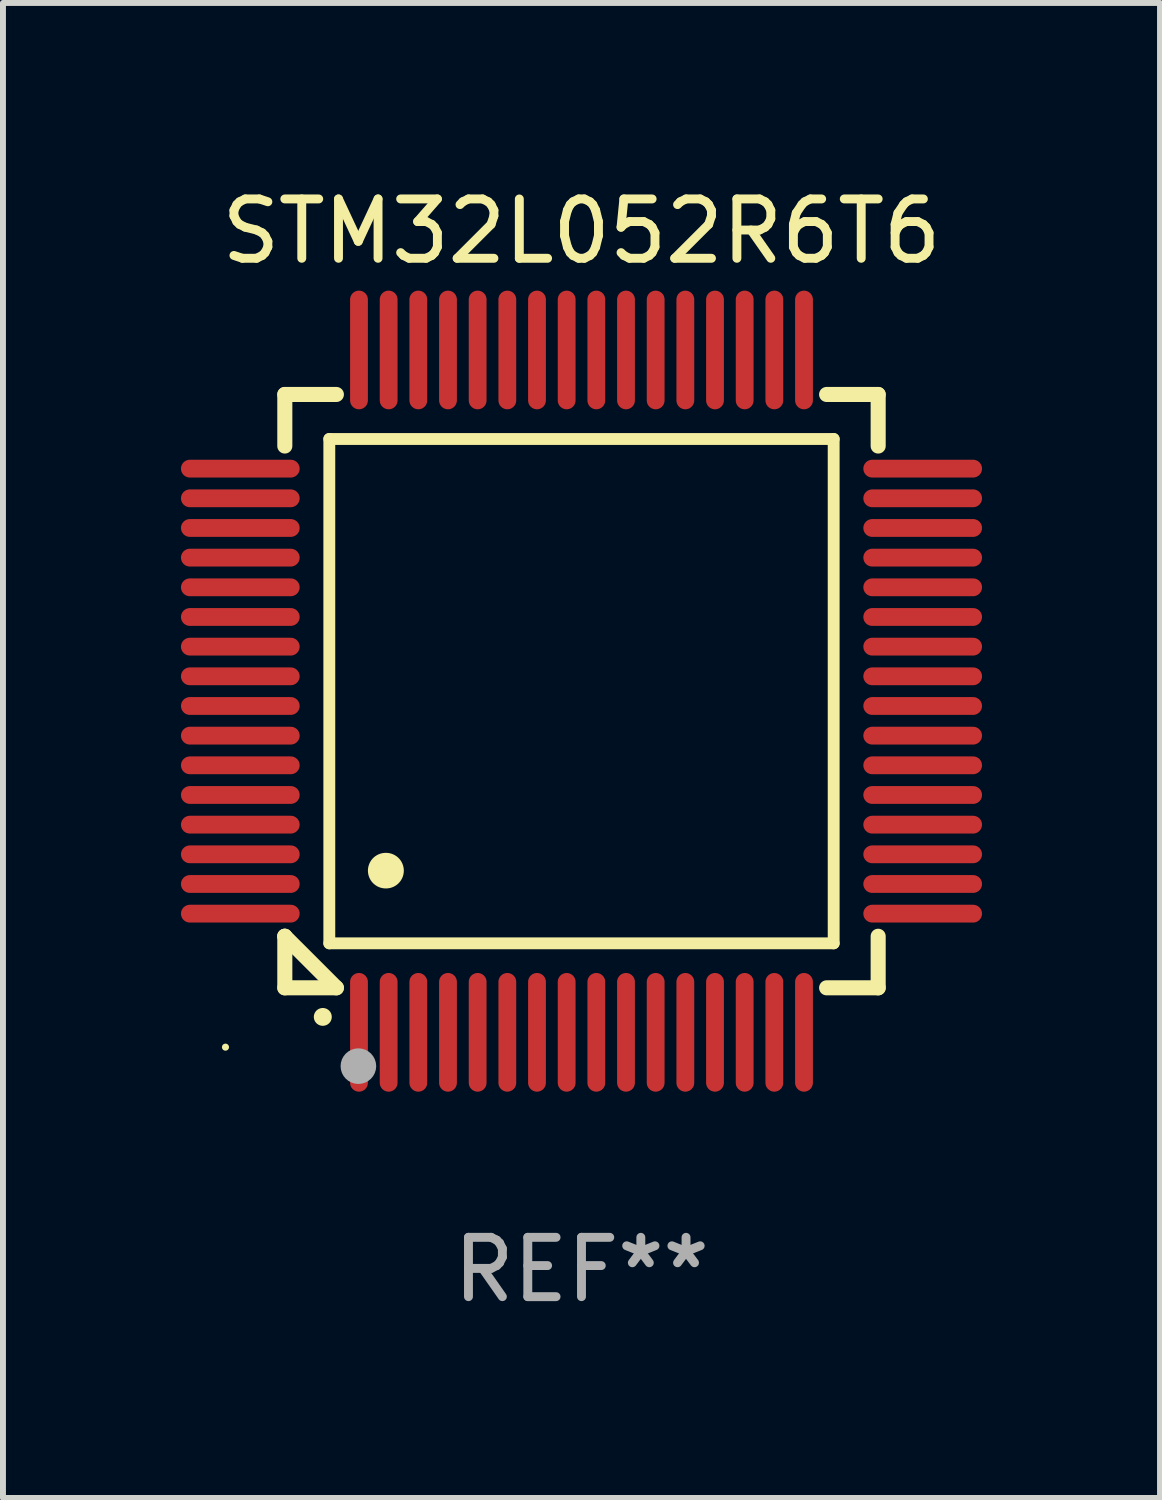
<source format=kicad_pcb>
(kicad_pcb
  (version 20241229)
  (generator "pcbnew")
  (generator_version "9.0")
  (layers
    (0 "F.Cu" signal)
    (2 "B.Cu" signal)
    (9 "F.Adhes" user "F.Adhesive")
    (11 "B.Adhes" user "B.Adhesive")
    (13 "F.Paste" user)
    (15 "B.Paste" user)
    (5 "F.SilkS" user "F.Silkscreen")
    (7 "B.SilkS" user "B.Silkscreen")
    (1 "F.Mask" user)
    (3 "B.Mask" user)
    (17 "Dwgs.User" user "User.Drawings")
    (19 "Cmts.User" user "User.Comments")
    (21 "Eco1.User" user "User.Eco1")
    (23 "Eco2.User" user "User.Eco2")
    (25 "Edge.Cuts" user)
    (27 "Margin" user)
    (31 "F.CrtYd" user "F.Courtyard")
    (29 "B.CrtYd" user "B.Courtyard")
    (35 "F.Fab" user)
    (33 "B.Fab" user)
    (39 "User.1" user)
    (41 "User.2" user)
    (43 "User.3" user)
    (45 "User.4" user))
  (footprint "STM32L052R6T6"
    (layer "F.Cu")
    (at 6.75 8.598)
    (property "Reference" "STM32L052R6T6" (at 0 -7.75 0) (layer "F.SilkS") (effects (font (size 1 1) (thickness 0.15))))
    (attr through_hole)
    (fp_line (start -5 -5) (end -4.131 -5) (stroke (width 0.254) (type solid)) (layer "F.SilkS"))
    (fp_line (start -5 -4.131) (end -5 -5) (stroke (width 0.254) (type solid)) (layer "F.SilkS"))
    (fp_line (start -5 4.131) (end -5 4.131) (stroke (width 0.254) (type solid)) (layer "F.SilkS"))
    (fp_line (start -5 5) (end -5 4.131) (stroke (width 0.254) (type solid)) (layer "F.SilkS"))
    (fp_line (start -5 4.131) (end -4.131 5) (stroke (width 0.254) (type solid)) (layer "F.SilkS"))
    (fp_line (start -4.25 -4.25) (end -4.25 4.25) (stroke (width 0.2) (type solid)) (layer "F.SilkS"))
    (fp_line (start -4.25 4.25) (end 4.25 4.25) (stroke (width 0.2) (type solid)) (layer "F.SilkS"))
    (fp_line (start -4.131 5) (end -5 5) (stroke (width 0.254) (type solid)) (layer "F.SilkS"))
    (fp_line (start 4.25 -4.25) (end -4.25 -4.25) (stroke (width 0.2) (type solid)) (layer "F.SilkS"))
    (fp_line (start 4.25 4.25) (end 4.25 -4.25) (stroke (width 0.2) (type solid)) (layer "F.SilkS"))
    (fp_line (start 5 -5) (end 4.131 -5) (stroke (width 0.254) (type solid)) (layer "F.SilkS"))
    (fp_line (start 5 -5) (end 5 -4.131) (stroke (width 0.254) (type solid)) (layer "F.SilkS"))
    (fp_line (start 5 4.131) (end 5 5) (stroke (width 0.254) (type solid)) (layer "F.SilkS"))
    (fp_line (start 5 5) (end 4.131 5) (stroke (width 0.254) (type solid)) (layer "F.SilkS"))
    (fp_arc (start -4.361265 5.489992) (mid -4.359995 5.489987) (end -4.358725 5.489992) (stroke (width 0.3) (type solid)) (layer "F.SilkS"))
    (fp_arc (start -3.299467 3.025146) (mid -3.296927 3.025135) (end -3.294387 3.025146) (stroke (width 0.6) (type solid)) (layer "F.SilkS"))
    (fp_circle (center -6 6) (end -5.97 6) (stroke (width 0.06) (type solid)) (fill no) (layer "F.SilkS"))
    (fp_circle (center -3.76 6.32) (end -3.61 6.32) (stroke (width 0.3) (type solid)) (fill no) (layer "F.Fab"))
    (fp_text user "REF**" (at 0 9.75 0) (layer "F.Fab") (effects (font (size 1 1) (thickness 0.15))))
    (pad "1" smd oval (at -3.75 5.75) (size 0.3 2) (layers "F.Cu" "F.Mask" "F.Paste"))
    (pad "2" smd oval (at -3.25 5.75) (size 0.3 2) (layers "F.Cu" "F.Mask" "F.Paste"))
    (pad "3" smd oval (at -2.75 5.75) (size 0.3 2) (layers "F.Cu" "F.Mask" "F.Paste"))
    (pad "4" smd oval (at -2.25 5.75) (size 0.3 2) (layers "F.Cu" "F.Mask" "F.Paste"))
    (pad "5" smd oval (at -1.75 5.75) (size 0.3 2) (layers "F.Cu" "F.Mask" "F.Paste"))
    (pad "6" smd oval (at -1.25 5.75) (size 0.3 2) (layers "F.Cu" "F.Mask" "F.Paste"))
    (pad "7" smd oval (at -0.75 5.75) (size 0.3 2) (layers "F.Cu" "F.Mask" "F.Paste"))
    (pad "8" smd oval (at -0.25 5.75) (size 0.3 2) (layers "F.Cu" "F.Mask" "F.Paste"))
    (pad "9" smd oval (at 0.25 5.75) (size 0.3 2) (layers "F.Cu" "F.Mask" "F.Paste"))
    (pad "10" smd oval (at 0.75 5.75) (size 0.3 2) (layers "F.Cu" "F.Mask" "F.Paste"))
    (pad "11" smd oval (at 1.25 5.75) (size 0.3 2) (layers "F.Cu" "F.Mask" "F.Paste"))
    (pad "12" smd oval (at 1.75 5.75) (size 0.3 2) (layers "F.Cu" "F.Mask" "F.Paste"))
    (pad "13" smd oval (at 2.25 5.75) (size 0.3 2) (layers "F.Cu" "F.Mask" "F.Paste"))
    (pad "14" smd oval (at 2.75 5.75) (size 0.3 2) (layers "F.Cu" "F.Mask" "F.Paste"))
    (pad "15" smd oval (at 3.25 5.75) (size 0.3 2) (layers "F.Cu" "F.Mask" "F.Paste"))
    (pad "16" smd oval (at 3.75 5.75) (size 0.3 2) (layers "F.Cu" "F.Mask" "F.Paste"))
    (pad "17" smd oval (at 5.75 3.75) (size 2 0.3) (layers "F.Cu" "F.Mask" "F.Paste"))
    (pad "18" smd oval (at 5.75 3.25) (size 2 0.3) (layers "F.Cu" "F.Mask" "F.Paste"))
    (pad "19" smd oval (at 5.75 2.75) (size 2 0.3) (layers "F.Cu" "F.Mask" "F.Paste"))
    (pad "20" smd oval (at 5.75 2.25) (size 2 0.3) (layers "F.Cu" "F.Mask" "F.Paste"))
    (pad "21" smd oval (at 5.75 1.75) (size 2 0.3) (layers "F.Cu" "F.Mask" "F.Paste"))
    (pad "22" smd oval (at 5.75 1.25) (size 2 0.3) (layers "F.Cu" "F.Mask" "F.Paste"))
    (pad "23" smd oval (at 5.75 0.75) (size 2 0.3) (layers "F.Cu" "F.Mask" "F.Paste"))
    (pad "24" smd oval (at 5.75 0.25) (size 2 0.3) (layers "F.Cu" "F.Mask" "F.Paste"))
    (pad "25" smd oval (at 5.75 -0.25) (size 2 0.3) (layers "F.Cu" "F.Mask" "F.Paste"))
    (pad "26" smd oval (at 5.75 -0.75) (size 2 0.3) (layers "F.Cu" "F.Mask" "F.Paste"))
    (pad "27" smd oval (at 5.75 -1.25) (size 2 0.3) (layers "F.Cu" "F.Mask" "F.Paste"))
    (pad "28" smd oval (at 5.75 -1.75) (size 2 0.3) (layers "F.Cu" "F.Mask" "F.Paste"))
    (pad "29" smd oval (at 5.75 -2.25) (size 2 0.3) (layers "F.Cu" "F.Mask" "F.Paste"))
    (pad "30" smd oval (at 5.75 -2.75) (size 2 0.3) (layers "F.Cu" "F.Mask" "F.Paste"))
    (pad "31" smd oval (at 5.75 -3.25) (size 2 0.3) (layers "F.Cu" "F.Mask" "F.Paste"))
    (pad "32" smd oval (at 5.75 -3.75) (size 2 0.3) (layers "F.Cu" "F.Mask" "F.Paste"))
    (pad "33" smd oval (at 3.75 -5.75) (size 0.3 2) (layers "F.Cu" "F.Mask" "F.Paste"))
    (pad "34" smd oval (at 3.25 -5.75) (size 0.3 2) (layers "F.Cu" "F.Mask" "F.Paste"))
    (pad "35" smd oval (at 2.75 -5.75) (size 0.3 2) (layers "F.Cu" "F.Mask" "F.Paste"))
    (pad "36" smd oval (at 2.25 -5.75) (size 0.3 2) (layers "F.Cu" "F.Mask" "F.Paste"))
    (pad "37" smd oval (at 1.75 -5.75) (size 0.3 2) (layers "F.Cu" "F.Mask" "F.Paste"))
    (pad "38" smd oval (at 1.25 -5.75) (size 0.3 2) (layers "F.Cu" "F.Mask" "F.Paste"))
    (pad "39" smd oval (at 0.75 -5.75) (size 0.3 2) (layers "F.Cu" "F.Mask" "F.Paste"))
    (pad "40" smd oval (at 0.25 -5.75) (size 0.3 2) (layers "F.Cu" "F.Mask" "F.Paste"))
    (pad "41" smd oval (at -0.25 -5.75) (size 0.3 2) (layers "F.Cu" "F.Mask" "F.Paste"))
    (pad "42" smd oval (at -0.75 -5.75) (size 0.3 2) (layers "F.Cu" "F.Mask" "F.Paste"))
    (pad "43" smd oval (at -1.25 -5.75) (size 0.3 2) (layers "F.Cu" "F.Mask" "F.Paste"))
    (pad "44" smd oval (at -1.75 -5.75) (size 0.3 2) (layers "F.Cu" "F.Mask" "F.Paste"))
    (pad "45" smd oval (at -2.25 -5.75) (size 0.3 2) (layers "F.Cu" "F.Mask" "F.Paste"))
    (pad "46" smd oval (at -2.75 -5.75) (size 0.3 2) (layers "F.Cu" "F.Mask" "F.Paste"))
    (pad "47" smd oval (at -3.25 -5.75) (size 0.3 2) (layers "F.Cu" "F.Mask" "F.Paste"))
    (pad "48" smd oval (at -3.75 -5.75) (size 0.3 2) (layers "F.Cu" "F.Mask" "F.Paste"))
    (pad "49" smd oval (at -5.75 -3.75) (size 2 0.3) (layers "F.Cu" "F.Mask" "F.Paste"))
    (pad "50" smd oval (at -5.75 -3.25) (size 2 0.3) (layers "F.Cu" "F.Mask" "F.Paste"))
    (pad "51" smd oval (at -5.75 -2.75) (size 2 0.3) (layers "F.Cu" "F.Mask" "F.Paste"))
    (pad "52" smd oval (at -5.75 -2.25) (size 2 0.3) (layers "F.Cu" "F.Mask" "F.Paste"))
    (pad "53" smd oval (at -5.75 -1.75) (size 2 0.3) (layers "F.Cu" "F.Mask" "F.Paste"))
    (pad "54" smd oval (at -5.75 -1.25) (size 2 0.3) (layers "F.Cu" "F.Mask" "F.Paste"))
    (pad "55" smd oval (at -5.75 -0.75) (size 2 0.3) (layers "F.Cu" "F.Mask" "F.Paste"))
    (pad "56" smd oval (at -5.75 -0.25) (size 2 0.3) (layers "F.Cu" "F.Mask" "F.Paste"))
    (pad "57" smd oval (at -5.75 0.25) (size 2 0.3) (layers "F.Cu" "F.Mask" "F.Paste"))
    (pad "58" smd oval (at -5.75 0.75) (size 2 0.3) (layers "F.Cu" "F.Mask" "F.Paste"))
    (pad "59" smd oval (at -5.75 1.25) (size 2 0.3) (layers "F.Cu" "F.Mask" "F.Paste"))
    (pad "60" smd oval (at -5.75 1.75) (size 2 0.3) (layers "F.Cu" "F.Mask" "F.Paste"))
    (pad "61" smd oval (at -5.75 2.25) (size 2 0.3) (layers "F.Cu" "F.Mask" "F.Paste"))
    (pad "62" smd oval (at -5.75 2.75) (size 2 0.3) (layers "F.Cu" "F.Mask" "F.Paste"))
    (pad "63" smd oval (at -5.75 3.25) (size 2 0.3) (layers "F.Cu" "F.Mask" "F.Paste"))
    (pad "64" smd oval (at -5.75 3.75) (size 2 0.3) (layers "F.Cu" "F.Mask" "F.Paste")))
  (gr_rect
    (start -3 -3)
    (end 16.5 22.196)
    (stroke (width 0.1) (type default))
    (fill no)
    (layer "Edge.Cuts")))
</source>
